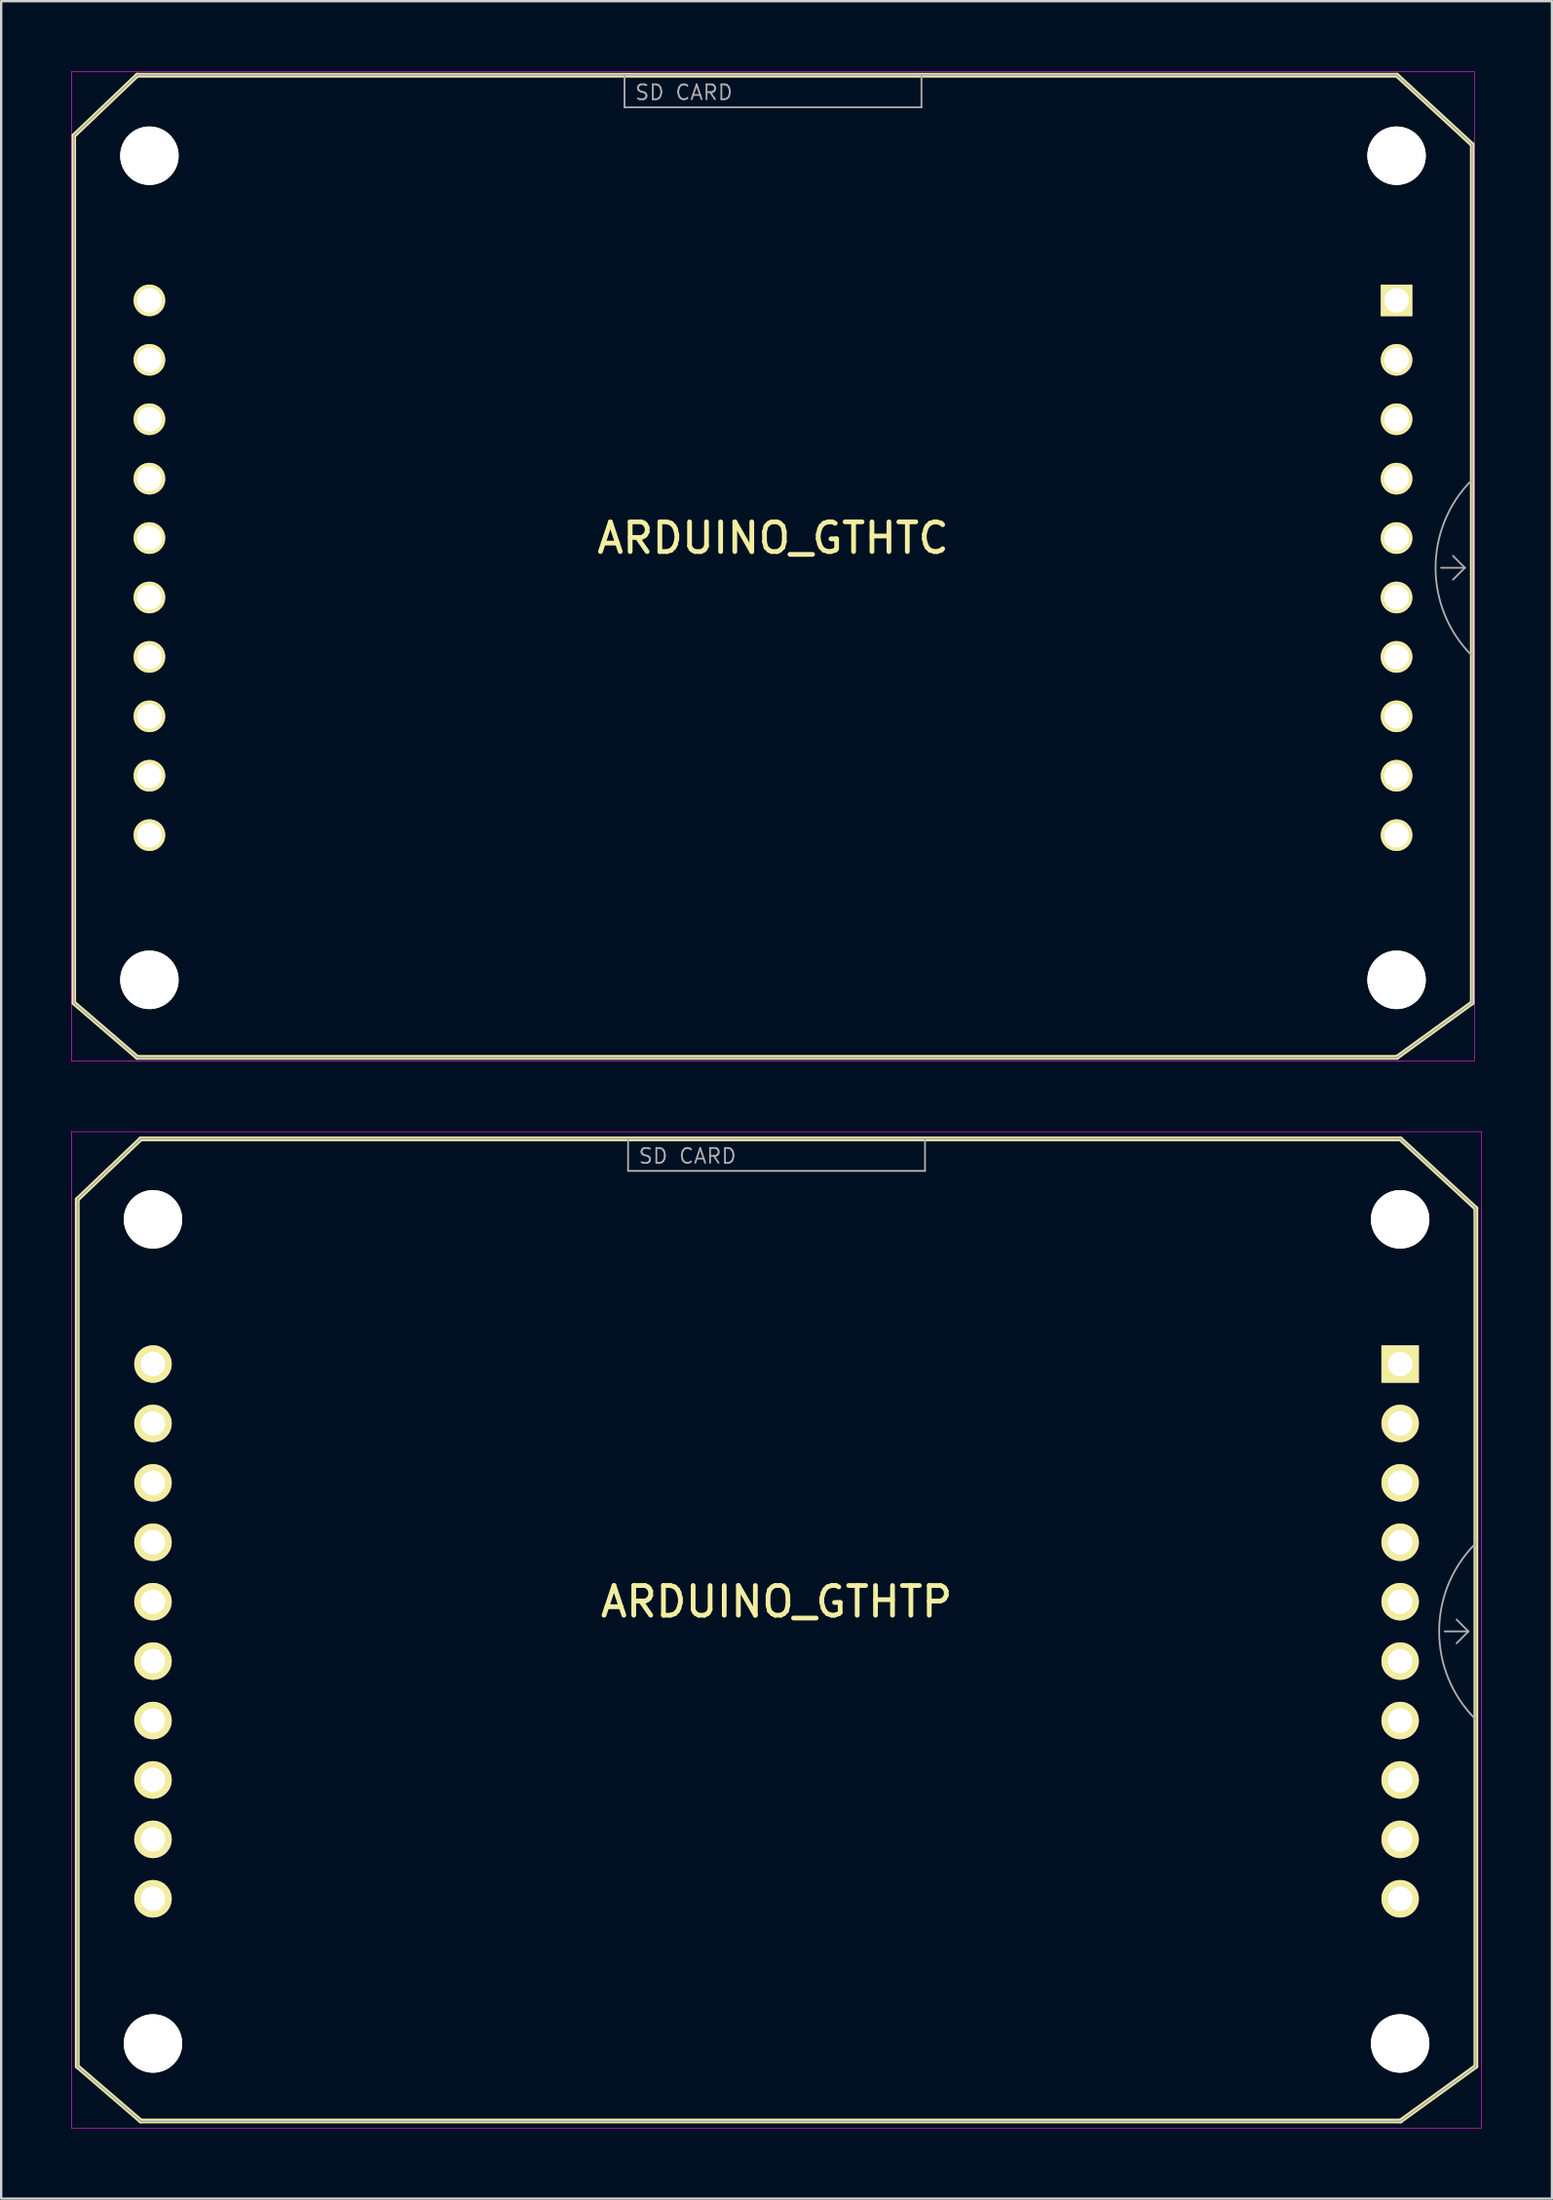
<source format=kicad_pcb>
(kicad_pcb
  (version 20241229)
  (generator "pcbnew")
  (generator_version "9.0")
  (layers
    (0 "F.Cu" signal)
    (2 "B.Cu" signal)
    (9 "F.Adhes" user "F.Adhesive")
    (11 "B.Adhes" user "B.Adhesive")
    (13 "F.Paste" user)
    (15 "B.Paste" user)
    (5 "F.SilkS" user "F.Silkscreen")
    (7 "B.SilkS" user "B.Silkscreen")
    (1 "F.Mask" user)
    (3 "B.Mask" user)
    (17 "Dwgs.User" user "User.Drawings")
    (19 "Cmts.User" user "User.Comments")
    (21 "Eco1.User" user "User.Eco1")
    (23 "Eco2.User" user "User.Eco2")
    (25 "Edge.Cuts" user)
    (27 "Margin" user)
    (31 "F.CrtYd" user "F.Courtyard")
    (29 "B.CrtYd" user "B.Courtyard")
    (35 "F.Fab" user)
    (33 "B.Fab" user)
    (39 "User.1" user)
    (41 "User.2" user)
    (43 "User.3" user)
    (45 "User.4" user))
  (footprint "ARDUINO_GTHTP"
    (layer "F.Cu")
    (at 30.163 66.691)
    (property "Reference" "ARDUINO_GTHTP" (at 0 -1.27 0) (layer "F.SilkS") (effects (font (size 1.27 1.27) (thickness 0.203))))
    (attr through_hole)
    (fp_line (start -29.909 -18.466) (end -27.191 -21.057) (stroke (width 0.203) (type solid)) (layer "F.SilkS"))
    (fp_line (start -29.909 18.593) (end -29.909 -18.466) (stroke (width 0.203) (type solid)) (layer "F.SilkS"))
    (fp_line (start -27.191 -21.057) (end 26.683 -21.057) (stroke (width 0.203) (type solid)) (layer "F.SilkS"))
    (fp_line (start -27.191 20.93) (end -29.909 18.593) (stroke (width 0.203) (type solid)) (layer "F.SilkS"))
    (fp_line (start 26.683 -21.057) (end 29.909 -18.085) (stroke (width 0.203) (type solid)) (layer "F.SilkS"))
    (fp_line (start 26.683 20.93) (end -27.191 20.93) (stroke (width 0.203) (type solid)) (layer "F.SilkS"))
    (fp_line (start 29.909 -18.085) (end 29.909 18.593) (stroke (width 0.203) (type solid)) (layer "F.SilkS"))
    (fp_line (start 29.909 18.593) (end 26.683 20.93) (stroke (width 0.203) (type solid)) (layer "F.SilkS"))
    (fp_line (start -30.15 -21.361) (end 30.15 -21.361) (stroke (width 0.025) (type solid)) (layer "F.CrtYd"))
    (fp_line (start -30.15 21.234) (end -30.15 -21.361) (stroke (width 0.025) (type solid)) (layer "F.CrtYd"))
    (fp_line (start 30.15 -21.361) (end 30.15 21.234) (stroke (width 0.025) (type solid)) (layer "F.CrtYd"))
    (fp_line (start 30.15 21.234) (end -30.15 21.234) (stroke (width 0.025) (type solid)) (layer "F.CrtYd"))
    (fp_line (start -29.896 -18.479) (end -27.178 -21.069) (stroke (width 0.076) (type solid)) (layer "F.Fab"))
    (fp_line (start -29.896 18.605) (end -29.896 -18.479) (stroke (width 0.076) (type solid)) (layer "F.Fab"))
    (fp_line (start -27.178 -21.069) (end 26.67 -21.069) (stroke (width 0.076) (type solid)) (layer "F.Fab"))
    (fp_line (start -27.178 20.942) (end -29.896 18.605) (stroke (width 0.076) (type solid)) (layer "F.Fab"))
    (fp_line (start -6.35 -21.069) (end -6.35 -19.685) (stroke (width 0.076) (type solid)) (layer "F.Fab"))
    (fp_line (start -6.35 -19.685) (end 6.35 -19.685) (stroke (width 0.076) (type solid)) (layer "F.Fab"))
    (fp_line (start 6.35 -19.685) (end 6.35 -21.069) (stroke (width 0.076) (type solid)) (layer "F.Fab"))
    (fp_line (start 26.67 -21.069) (end 29.896 -18.098) (stroke (width 0.076) (type solid)) (layer "F.Fab"))
    (fp_line (start 26.67 20.942) (end -27.178 20.942) (stroke (width 0.076) (type solid)) (layer "F.Fab"))
    (fp_line (start 29.591 0) (end 28.575 0) (stroke (width 0.076) (type solid)) (layer "F.Fab"))
    (fp_line (start 29.591 0) (end 29.083 -0.508) (stroke (width 0.076) (type solid)) (layer "F.Fab"))
    (fp_line (start 29.591 0) (end 29.083 0.508) (stroke (width 0.076) (type solid)) (layer "F.Fab"))
    (fp_line (start 29.896 -18.098) (end 29.896 18.605) (stroke (width 0.076) (type solid)) (layer "F.Fab"))
    (fp_line (start 29.896 18.605) (end 26.67 20.942) (stroke (width 0.076) (type solid)) (layer "F.Fab"))
    (fp_arc (start 29.8958 3.7592) (mid 28.338688 0) (end 29.8958 -3.7592) (stroke (width 0.0762) (type solid)) (layer "F.Fab"))
    (fp_text user "SD CARD" (at -3.81 -20.32 0) (layer "F.Fab") (effects (font (size 0.635 0.635) (thickness 0.076))))
    (pad "" np_thru_hole circle (at -26.67 -17.615 0.1) (size 2.5 2.5) (drill 2.5) (layers "*.Cu" "*.Mask" "F.SilkS"))
    (pad "" np_thru_hole circle (at -26.67 17.615 0.1) (size 2.5 2.5) (drill 2.5) (layers "*.Cu" "*.Mask" "F.SilkS"))
    (pad "" np_thru_hole circle (at 26.67 -17.615 0.1) (size 2.5 2.5) (drill 2.5) (layers "*.Cu" "*.Mask" "F.SilkS"))
    (pad "" np_thru_hole circle (at 26.67 17.615 0.1) (size 2.5 2.5) (drill 2.5) (layers "*.Cu" "*.Mask" "F.SilkS"))
    (pad "0" thru_hole circle (at -26.67 -11.43) (size 1.6 1.6) (drill 1.05) (layers "*.Cu" "*.Mask" "F.SilkS"))
    (pad "0" thru_hole circle (at -26.67 -8.89) (size 1.6 1.6) (drill 1.05) (layers "*.Cu" "*.Mask" "F.SilkS"))
    (pad "0" thru_hole circle (at -26.67 -6.35) (size 1.6 1.6) (drill 1.05) (layers "*.Cu" "*.Mask" "F.SilkS"))
    (pad "0" thru_hole circle (at -26.67 -3.81) (size 1.6 1.6) (drill 1.05) (layers "*.Cu" "*.Mask" "F.SilkS"))
    (pad "0" thru_hole circle (at -26.67 -1.27) (size 1.6 1.6) (drill 1.05) (layers "*.Cu" "*.Mask" "F.SilkS"))
    (pad "0" thru_hole circle (at -26.67 1.27) (size 1.6 1.6) (drill 1.05) (layers "*.Cu" "*.Mask" "F.SilkS"))
    (pad "0" thru_hole circle (at -26.67 3.81) (size 1.6 1.6) (drill 1.05) (layers "*.Cu" "*.Mask" "F.SilkS"))
    (pad "0" thru_hole circle (at -26.67 6.35) (size 1.6 1.6) (drill 1.05) (layers "*.Cu" "*.Mask" "F.SilkS"))
    (pad "0" thru_hole circle (at -26.67 8.89) (size 1.6 1.6) (drill 1.05) (layers "*.Cu" "*.Mask" "F.SilkS"))
    (pad "0" thru_hole circle (at -26.67 11.43) (size 1.6 1.6) (drill 1.05) (layers "*.Cu" "*.Mask" "F.SilkS"))
    (pad "1" thru_hole rect (at 26.67 -11.43) (size 1.6 1.6) (drill 1.05) (layers "*.Cu" "*.Mask" "F.SilkS"))
    (pad "2" thru_hole circle (at 26.67 -8.89) (size 1.6 1.6) (drill 1.05) (layers "*.Cu" "*.Mask" "F.SilkS"))
    (pad "3" thru_hole circle (at 26.67 -6.35) (size 1.6 1.6) (drill 1.05) (layers "*.Cu" "*.Mask" "F.SilkS"))
    (pad "4" thru_hole circle (at 26.67 -3.81) (size 1.6 1.6) (drill 1.05) (layers "*.Cu" "*.Mask" "F.SilkS"))
    (pad "5" thru_hole circle (at 26.67 -1.27) (size 1.6 1.6) (drill 1.05) (layers "*.Cu" "*.Mask" "F.SilkS"))
    (pad "6" thru_hole circle (at 26.67 1.27) (size 1.6 1.6) (drill 1.05) (layers "*.Cu" "*.Mask" "F.SilkS"))
    (pad "7" thru_hole circle (at 26.67 3.81) (size 1.6 1.6) (drill 1.05) (layers "*.Cu" "*.Mask" "F.SilkS"))
    (pad "8" thru_hole circle (at 26.67 6.35) (size 1.6 1.6) (drill 1.05) (layers "*.Cu" "*.Mask" "F.SilkS"))
    (pad "9" thru_hole circle (at 26.67 8.89) (size 1.6 1.6) (drill 1.05) (layers "*.Cu" "*.Mask" "F.SilkS"))
    (pad "10" thru_hole circle (at 26.67 11.43) (size 1.6 1.6) (drill 1.05) (layers "*.Cu" "*.Mask" "F.SilkS")))
  (footprint "ARDUINO_GTHTC"
    (layer "F.Cu")
    (at 30.01 21.222)
    (property "Reference" "ARDUINO_GTHTC" (at 0 -1.27 0) (layer "F.SilkS") (effects (font (size 1.27 1.27) (thickness 0.203))))
    (attr through_hole)
    (fp_line (start -29.909 -18.466) (end -27.191 -21.057) (stroke (width 0.203) (type solid)) (layer "F.SilkS"))
    (fp_line (start -29.909 18.593) (end -29.909 -18.466) (stroke (width 0.203) (type solid)) (layer "F.SilkS"))
    (fp_line (start -27.191 -21.057) (end 26.683 -21.057) (stroke (width 0.203) (type solid)) (layer "F.SilkS"))
    (fp_line (start -27.191 20.93) (end -29.909 18.593) (stroke (width 0.203) (type solid)) (layer "F.SilkS"))
    (fp_line (start 26.683 -21.057) (end 29.909 -18.085) (stroke (width 0.203) (type solid)) (layer "F.SilkS"))
    (fp_line (start 26.683 20.93) (end -27.191 20.93) (stroke (width 0.203) (type solid)) (layer "F.SilkS"))
    (fp_line (start 29.909 -18.085) (end 29.909 18.593) (stroke (width 0.203) (type solid)) (layer "F.SilkS"))
    (fp_line (start 29.909 18.593) (end 26.683 20.93) (stroke (width 0.203) (type solid)) (layer "F.SilkS"))
    (fp_line (start -29.997 -21.209) (end 29.997 -21.209) (stroke (width 0.025) (type solid)) (layer "F.CrtYd"))
    (fp_line (start -29.997 21.082) (end -29.997 -21.209) (stroke (width 0.025) (type solid)) (layer "F.CrtYd"))
    (fp_line (start 29.997 -21.209) (end 29.997 21.082) (stroke (width 0.025) (type solid)) (layer "F.CrtYd"))
    (fp_line (start 29.997 21.082) (end -29.997 21.082) (stroke (width 0.025) (type solid)) (layer "F.CrtYd"))
    (fp_line (start -29.896 -18.479) (end -27.178 -21.069) (stroke (width 0.076) (type solid)) (layer "F.Fab"))
    (fp_line (start -29.896 18.605) (end -29.896 -18.479) (stroke (width 0.076) (type solid)) (layer "F.Fab"))
    (fp_line (start -27.178 -21.069) (end 26.67 -21.069) (stroke (width 0.076) (type solid)) (layer "F.Fab"))
    (fp_line (start -27.178 20.942) (end -29.896 18.605) (stroke (width 0.076) (type solid)) (layer "F.Fab"))
    (fp_line (start -6.35 -21.069) (end -6.35 -19.685) (stroke (width 0.076) (type solid)) (layer "F.Fab"))
    (fp_line (start -6.35 -19.685) (end 6.35 -19.685) (stroke (width 0.076) (type solid)) (layer "F.Fab"))
    (fp_line (start 6.35 -19.685) (end 6.35 -21.069) (stroke (width 0.076) (type solid)) (layer "F.Fab"))
    (fp_line (start 26.67 -21.069) (end 29.896 -18.098) (stroke (width 0.076) (type solid)) (layer "F.Fab"))
    (fp_line (start 26.67 20.942) (end -27.178 20.942) (stroke (width 0.076) (type solid)) (layer "F.Fab"))
    (fp_line (start 29.591 0) (end 28.575 0) (stroke (width 0.076) (type solid)) (layer "F.Fab"))
    (fp_line (start 29.591 0) (end 29.083 -0.508) (stroke (width 0.076) (type solid)) (layer "F.Fab"))
    (fp_line (start 29.591 0) (end 29.083 0.508) (stroke (width 0.076) (type solid)) (layer "F.Fab"))
    (fp_line (start 29.896 -18.098) (end 29.896 18.605) (stroke (width 0.076) (type solid)) (layer "F.Fab"))
    (fp_line (start 29.896 18.605) (end 26.67 20.942) (stroke (width 0.076) (type solid)) (layer "F.Fab"))
    (fp_arc (start 29.8958 3.7592) (mid 28.338688 0) (end 29.8958 -3.7592) (stroke (width 0.0762) (type solid)) (layer "F.Fab"))
    (fp_text user "SD CARD" (at -3.81 -20.32 0) (layer "F.Fab") (effects (font (size 0.635 0.635) (thickness 0.076))))
    (pad "" np_thru_hole circle (at -26.67 -17.615 0.1) (size 2.5 2.5) (drill 2.5) (layers "*.Cu" "*.Mask" "F.SilkS"))
    (pad "" np_thru_hole circle (at -26.67 17.615 0.1) (size 2.5 2.5) (drill 2.5) (layers "*.Cu" "*.Mask" "F.SilkS"))
    (pad "" np_thru_hole circle (at 26.67 -17.615 0.1) (size 2.5 2.5) (drill 2.5) (layers "*.Cu" "*.Mask" "F.SilkS"))
    (pad "" np_thru_hole circle (at 26.67 17.615 0.1) (size 2.5 2.5) (drill 2.5) (layers "*.Cu" "*.Mask" "F.SilkS"))
    (pad "0" thru_hole circle (at -26.67 -11.43) (size 1.35 1.35) (drill 1.05) (layers "*.Cu" "*.Mask" "F.SilkS"))
    (pad "0" thru_hole circle (at -26.67 -8.89) (size 1.35 1.35) (drill 1.05) (layers "*.Cu" "*.Mask" "F.SilkS"))
    (pad "0" thru_hole circle (at -26.67 -6.35) (size 1.35 1.35) (drill 1.05) (layers "*.Cu" "*.Mask" "F.SilkS"))
    (pad "0" thru_hole circle (at -26.67 -3.81) (size 1.35 1.35) (drill 1.05) (layers "*.Cu" "*.Mask" "F.SilkS"))
    (pad "0" thru_hole circle (at -26.67 -1.27) (size 1.35 1.35) (drill 1.05) (layers "*.Cu" "*.Mask" "F.SilkS"))
    (pad "0" thru_hole circle (at -26.67 1.27) (size 1.35 1.35) (drill 1.05) (layers "*.Cu" "*.Mask" "F.SilkS"))
    (pad "0" thru_hole circle (at -26.67 3.81) (size 1.35 1.35) (drill 1.05) (layers "*.Cu" "*.Mask" "F.SilkS"))
    (pad "0" thru_hole circle (at -26.67 6.35) (size 1.35 1.35) (drill 1.05) (layers "*.Cu" "*.Mask" "F.SilkS"))
    (pad "0" thru_hole circle (at -26.67 8.89) (size 1.35 1.35) (drill 1.05) (layers "*.Cu" "*.Mask" "F.SilkS"))
    (pad "0" thru_hole circle (at -26.67 11.43) (size 1.35 1.35) (drill 1.05) (layers "*.Cu" "*.Mask" "F.SilkS"))
    (pad "1" thru_hole rect (at 26.67 -11.43) (size 1.35 1.35) (drill 1.05) (layers "*.Cu" "*.Mask" "F.SilkS"))
    (pad "2" thru_hole circle (at 26.67 -8.89) (size 1.35 1.35) (drill 1.05) (layers "*.Cu" "*.Mask" "F.SilkS"))
    (pad "3" thru_hole circle (at 26.67 -6.35) (size 1.35 1.35) (drill 1.05) (layers "*.Cu" "*.Mask" "F.SilkS"))
    (pad "4" thru_hole circle (at 26.67 -3.81) (size 1.35 1.35) (drill 1.05) (layers "*.Cu" "*.Mask" "F.SilkS"))
    (pad "5" thru_hole circle (at 26.67 -1.27) (size 1.35 1.35) (drill 1.05) (layers "*.Cu" "*.Mask" "F.SilkS"))
    (pad "6" thru_hole circle (at 26.67 1.27) (size 1.35 1.35) (drill 1.05) (layers "*.Cu" "*.Mask" "F.SilkS"))
    (pad "7" thru_hole circle (at 26.67 3.81) (size 1.35 1.35) (drill 1.05) (layers "*.Cu" "*.Mask" "F.SilkS"))
    (pad "8" thru_hole circle (at 26.67 6.35) (size 1.35 1.35) (drill 1.05) (layers "*.Cu" "*.Mask" "F.SilkS"))
    (pad "9" thru_hole circle (at 26.67 8.89) (size 1.35 1.35) (drill 1.05) (layers "*.Cu" "*.Mask" "F.SilkS"))
    (pad "10" thru_hole circle (at 26.67 11.43) (size 1.35 1.35) (drill 1.05) (layers "*.Cu" "*.Mask" "F.SilkS")))
  (gr_rect
    (start -3 -3)
    (end 63.325 90.938)
    (stroke (width 0.1) (type default))
    (fill no)
    (layer "Edge.Cuts")))
</source>
